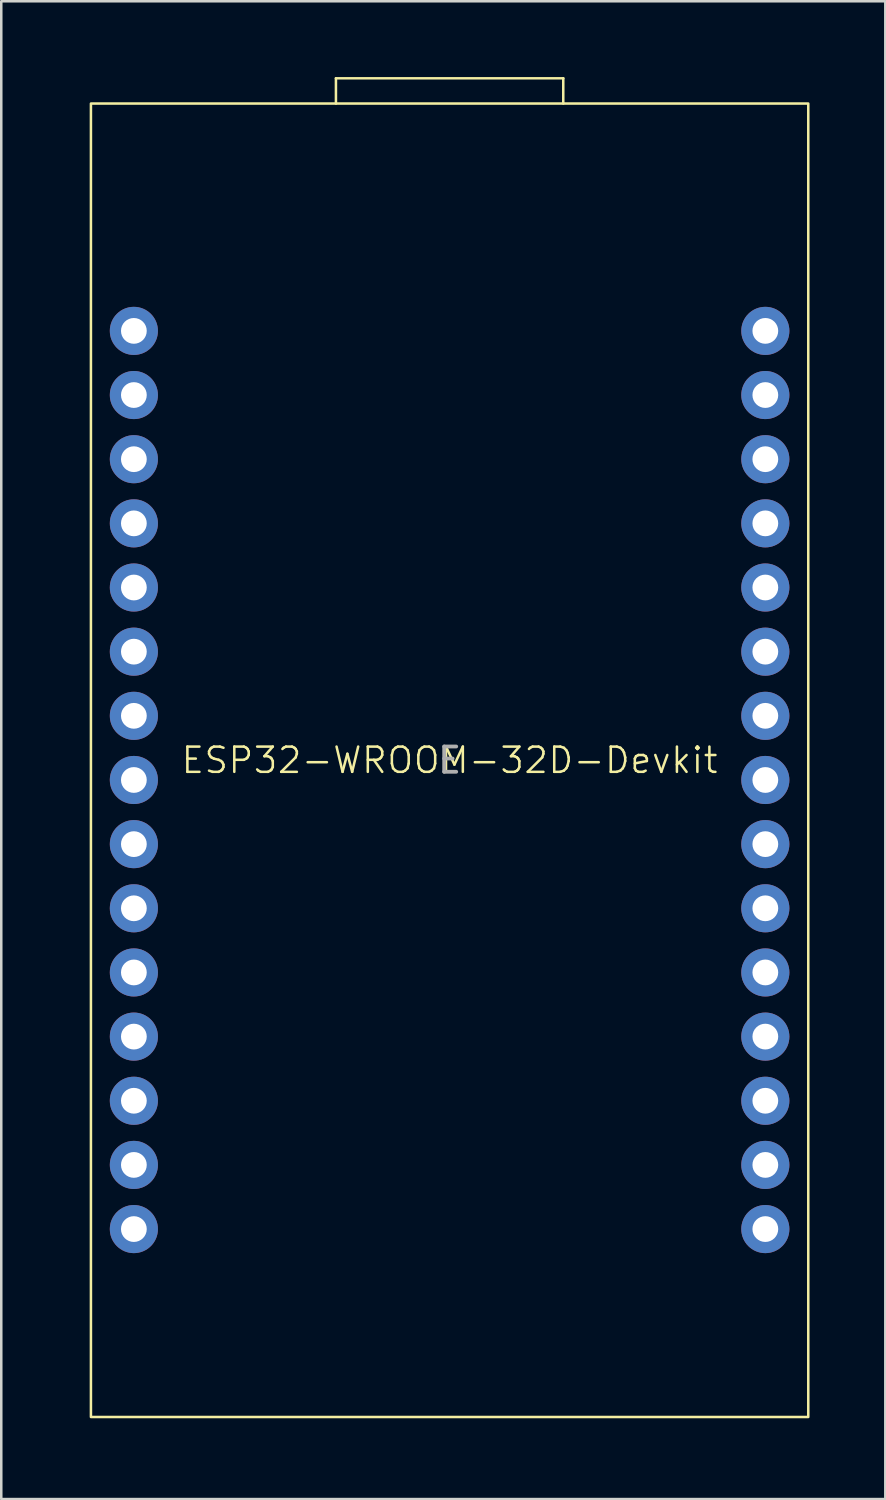
<source format=kicad_pcb>
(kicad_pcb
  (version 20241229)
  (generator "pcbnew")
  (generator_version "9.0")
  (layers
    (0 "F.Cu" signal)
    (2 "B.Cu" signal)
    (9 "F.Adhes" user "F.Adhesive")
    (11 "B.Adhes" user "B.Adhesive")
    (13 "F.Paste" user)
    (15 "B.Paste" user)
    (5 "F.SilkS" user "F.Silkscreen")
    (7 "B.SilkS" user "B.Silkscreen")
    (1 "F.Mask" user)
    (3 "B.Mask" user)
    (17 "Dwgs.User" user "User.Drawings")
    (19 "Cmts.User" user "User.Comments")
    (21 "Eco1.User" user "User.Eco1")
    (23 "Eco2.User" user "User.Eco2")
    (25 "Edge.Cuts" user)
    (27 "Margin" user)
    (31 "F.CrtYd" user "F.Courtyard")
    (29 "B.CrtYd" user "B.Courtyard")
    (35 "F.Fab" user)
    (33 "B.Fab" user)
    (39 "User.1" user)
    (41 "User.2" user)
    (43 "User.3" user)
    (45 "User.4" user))
  (footprint "ESP32-WROOM-32D-Devkit"
    (layer "F.Cu")
    (at 0.25 53.05)
    (property "Reference" "ESP32-WROOM-32D-Devkit" (at 14.5 -26 0) (unlocked yes) (layer "F.SilkS") (effects (font (size 1 1) (thickness 0.1))))
    (attr smd)
    (fp_line (start 10 -53) (end 10 -52) (stroke (width 0.1) (type default)) (layer "F.SilkS"))
    (fp_line (start 19 -53) (end 10 -53) (stroke (width 0.1) (type default)) (layer "F.SilkS"))
    (fp_line (start 19 -52) (end 19 -53) (stroke (width 0.1) (type default)) (layer "F.SilkS"))
    (fp_rect (start 0.3 -52) (end 28.7 0) (stroke (width 0.1) (type solid)) (fill no) (layer "F.SilkS"))
    (fp_text user "E" (at 14.5 -26 0) (unlocked yes) (layer "F.Fab") (effects (font (size 1 1) (thickness 0.15))))
    (pad "0" thru_hole circle (at 2 -43) (size 1.905 1.905) (drill 1.02) (layers "*.Cu" "*.Mask"))
    (pad "1" thru_hole circle (at 2 -40.46) (size 1.905 1.905) (drill 1.02) (layers "*.Cu" "*.Mask"))
    (pad "2" thru_hole circle (at 2 -37.92) (size 1.905 1.905) (drill 1.02) (layers "*.Cu" "*.Mask"))
    (pad "3" thru_hole circle (at 2 -35.38) (size 1.905 1.905) (drill 1.02) (layers "*.Cu" "*.Mask"))
    (pad "4" thru_hole circle (at 2 -32.84) (size 1.905 1.905) (drill 1.02) (layers "*.Cu" "*.Mask"))
    (pad "5" thru_hole circle (at 2 -30.3) (size 1.905 1.905) (drill 1.02) (layers "*.Cu" "*.Mask"))
    (pad "6" thru_hole circle (at 2 -27.76) (size 1.905 1.905) (drill 1.02) (layers "*.Cu" "*.Mask"))
    (pad "7" thru_hole circle (at 2 -25.22) (size 1.905 1.905) (drill 1.02) (layers "*.Cu" "*.Mask"))
    (pad "8" thru_hole circle (at 2 -22.68) (size 1.905 1.905) (drill 1.02) (layers "*.Cu" "*.Mask"))
    (pad "9" thru_hole circle (at 2 -20.14) (size 1.905 1.905) (drill 1.02) (layers "*.Cu" "*.Mask"))
    (pad "10" thru_hole circle (at 2 -17.6) (size 1.905 1.905) (drill 1.02) (layers "*.Cu" "*.Mask"))
    (pad "11" thru_hole circle (at 2 -15.06) (size 1.905 1.905) (drill 1.02) (layers "*.Cu" "*.Mask"))
    (pad "12" thru_hole circle (at 2 -12.52) (size 1.905 1.905) (drill 1.02) (layers "*.Cu" "*.Mask"))
    (pad "13" thru_hole circle (at 2 -9.98) (size 1.905 1.905) (drill 1.02) (layers "*.Cu" "*.Mask"))
    (pad "14" thru_hole circle (at 2 -7.44) (size 1.905 1.905) (drill 1.02) (layers "*.Cu" "*.Mask"))
    (pad "15" thru_hole circle (at 27 -43) (size 1.905 1.905) (drill 1.02) (layers "*.Cu" "*.Mask"))
    (pad "16" thru_hole circle (at 27 -40.46) (size 1.905 1.905) (drill 1.02) (layers "*.Cu" "*.Mask"))
    (pad "17" thru_hole circle (at 27 -37.92) (size 1.905 1.905) (drill 1.02) (layers "*.Cu" "*.Mask"))
    (pad "18" thru_hole circle (at 27 -35.38) (size 1.905 1.905) (drill 1.02) (layers "*.Cu" "*.Mask"))
    (pad "19" thru_hole circle (at 27 -32.84) (size 1.905 1.905) (drill 1.02) (layers "*.Cu" "*.Mask"))
    (pad "20" thru_hole circle (at 27 -30.3) (size 1.905 1.905) (drill 1.02) (layers "*.Cu" "*.Mask"))
    (pad "21" thru_hole circle (at 27 -27.76) (size 1.905 1.905) (drill 1.02) (layers "*.Cu" "*.Mask"))
    (pad "22" thru_hole circle (at 27 -25.22) (size 1.905 1.905) (drill 1.02) (layers "*.Cu" "*.Mask"))
    (pad "23" thru_hole circle (at 27 -22.68) (size 1.905 1.905) (drill 1.02) (layers "*.Cu" "*.Mask"))
    (pad "24" thru_hole circle (at 27 -20.14) (size 1.905 1.905) (drill 1.02) (layers "*.Cu" "*.Mask"))
    (pad "25" thru_hole circle (at 27 -17.6) (size 1.905 1.905) (drill 1.02) (layers "*.Cu" "*.Mask"))
    (pad "26" thru_hole circle (at 27 -15.06) (size 1.905 1.905) (drill 1.02) (layers "*.Cu" "*.Mask"))
    (pad "27" thru_hole circle (at 27 -12.52) (size 1.905 1.905) (drill 1.02) (layers "*.Cu" "*.Mask"))
    (pad "28" thru_hole circle (at 27 -9.98) (size 1.905 1.905) (drill 1.02) (layers "*.Cu" "*.Mask"))
    (pad "29" thru_hole circle (at 27 -7.44) (size 1.905 1.905) (drill 1.02) (layers "*.Cu" "*.Mask")))
  (gr_rect
    (start -3 -3)
    (end 32 56.3)
    (stroke (width 0.1) (type default))
    (fill no)
    (layer "Edge.Cuts")))
</source>
